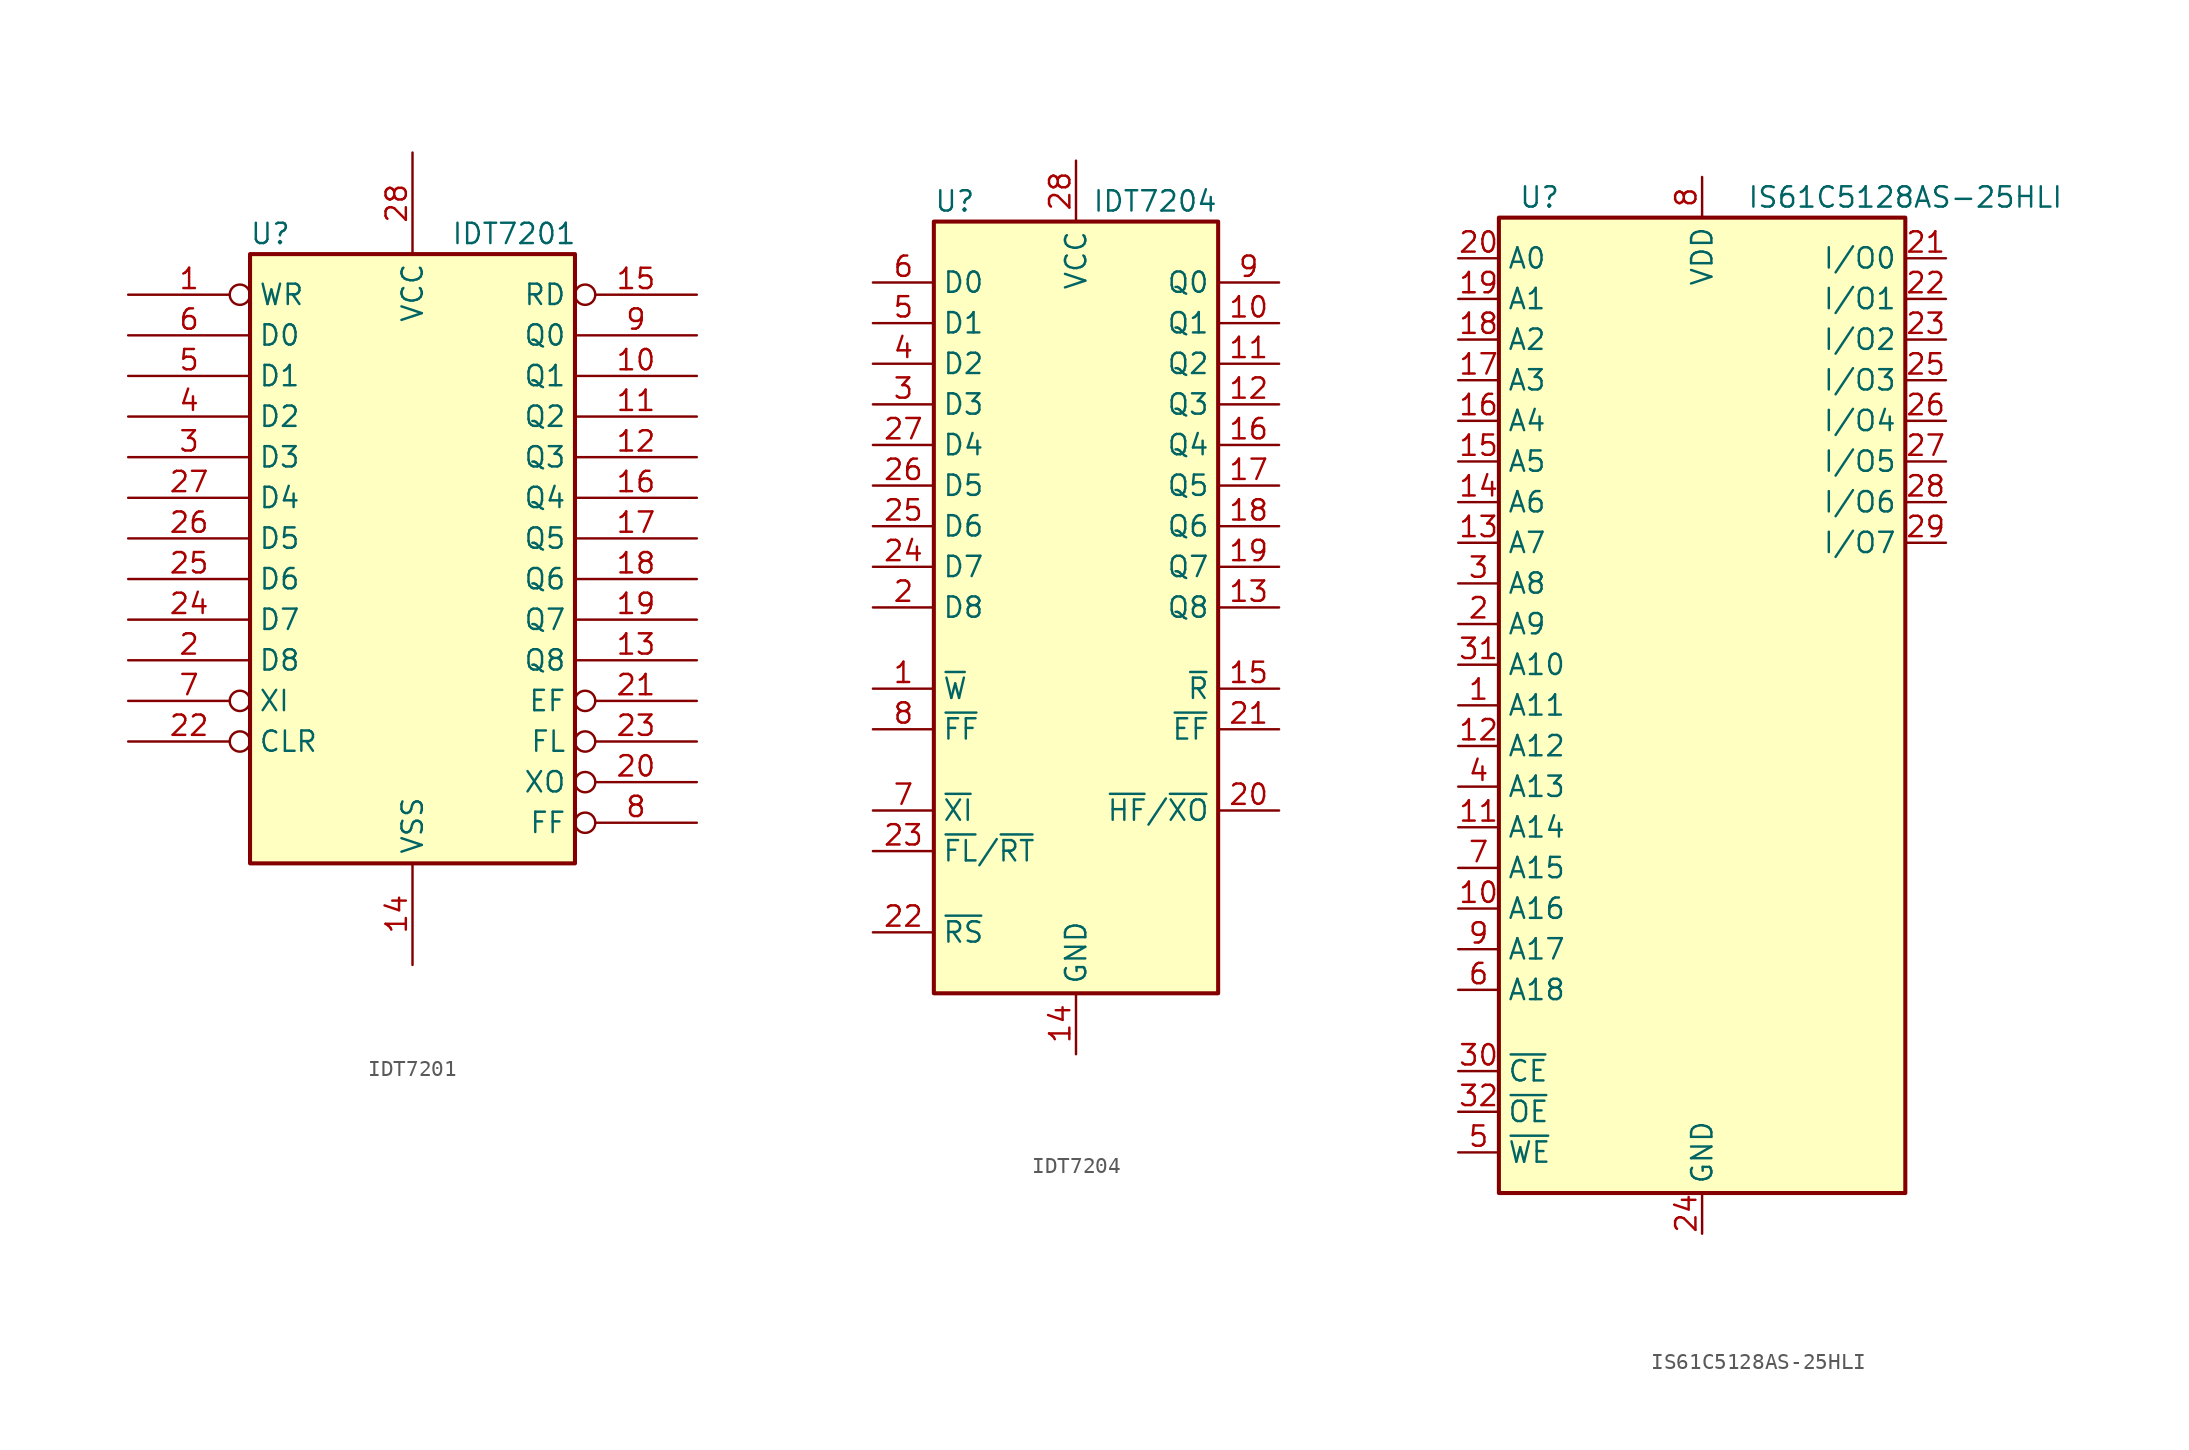
<source format=kicad_sym>
(kicad_symbol_lib
  (version 20241209)
  (generator "kicad_symbol_editor")
  (generator_version "9.0")
  (symbol "IDT7201"
    (property "Reference" "U"
      (at -8.89 20.32 0)
      (effects (font (size 1.27 1.27))))
    (property "Value" "IDT7201"
      (at 6.35 20.32 0)
      (effects (font (size 1.27 1.27))))
    (symbol "IDT7201_0_1"
      (rectangle (start -10.16 -19.05) (end 10.16 19.05) (stroke (width 0.254) (type default)) (fill (type background))))
    (symbol "IDT7201_1_1"
      (pin input inverted (at -17.78 16.51 0) (length 7.62) (name "WR" (effects (font (size 1.27 1.27)))) (number "1" (effects (font (size 1.27 1.27)))))
      (pin input line (at -17.78 13.97 0) (length 7.62) (name "D0" (effects (font (size 1.27 1.27)))) (number "6" (effects (font (size 1.27 1.27)))))
      (pin input line (at -17.78 11.43 0) (length 7.62) (name "D1" (effects (font (size 1.27 1.27)))) (number "5" (effects (font (size 1.27 1.27)))))
      (pin input line (at -17.78 8.89 0) (length 7.62) (name "D2" (effects (font (size 1.27 1.27)))) (number "4" (effects (font (size 1.27 1.27)))))
      (pin input line (at -17.78 6.35 0) (length 7.62) (name "D3" (effects (font (size 1.27 1.27)))) (number "3" (effects (font (size 1.27 1.27)))))
      (pin input line (at -17.78 3.81 0) (length 7.62) (name "D4" (effects (font (size 1.27 1.27)))) (number "27" (effects (font (size 1.27 1.27)))))
      (pin input line (at -17.78 1.27 0) (length 7.62) (name "D5" (effects (font (size 1.27 1.27)))) (number "26" (effects (font (size 1.27 1.27)))))
      (pin input line (at -17.78 -1.27 0) (length 7.62) (name "D6" (effects (font (size 1.27 1.27)))) (number "25" (effects (font (size 1.27 1.27)))))
      (pin input line (at -17.78 -3.81 0) (length 7.62) (name "D7" (effects (font (size 1.27 1.27)))) (number "24" (effects (font (size 1.27 1.27)))))
      (pin input line (at -17.78 -6.35 0) (length 7.62) (name "D8" (effects (font (size 1.27 1.27)))) (number "2" (effects (font (size 1.27 1.27)))))
      (pin input inverted (at -17.78 -8.89 0) (length 7.62) (name "XI" (effects (font (size 1.27 1.27)))) (number "7" (effects (font (size 1.27 1.27)))))
      (pin input inverted (at -17.78 -11.43 0) (length 7.62) (name "CLR" (effects (font (size 1.27 1.27)))) (number "22" (effects (font (size 1.27 1.27)))))
      (pin power_in line (at 0 25.4 270) (length 6.35) (name "VCC" (effects (font (size 1.27 1.27)))) (number "28" (effects (font (size 1.27 1.27)))))
      (pin power_in line (at 0 -25.4 90) (length 6.35) (name "VSS" (effects (font (size 1.27 1.27)))) (number "14" (effects (font (size 1.27 1.27)))))
      (pin input inverted (at 17.78 16.51 180) (length 7.62) (name "RD" (effects (font (size 1.27 1.27)))) (number "15" (effects (font (size 1.27 1.27)))))
      (pin tri_state line (at 17.78 13.97 180) (length 7.62) (name "Q0" (effects (font (size 1.27 1.27)))) (number "9" (effects (font (size 1.27 1.27)))))
      (pin tri_state line (at 17.78 11.43 180) (length 7.62) (name "Q1" (effects (font (size 1.27 1.27)))) (number "10" (effects (font (size 1.27 1.27)))))
      (pin tri_state line (at 17.78 8.89 180) (length 7.62) (name "Q2" (effects (font (size 1.27 1.27)))) (number "11" (effects (font (size 1.27 1.27)))))
      (pin tri_state line (at 17.78 6.35 180) (length 7.62) (name "Q3" (effects (font (size 1.27 1.27)))) (number "12" (effects (font (size 1.27 1.27)))))
      (pin tri_state line (at 17.78 3.81 180) (length 7.62) (name "Q4" (effects (font (size 1.27 1.27)))) (number "16" (effects (font (size 1.27 1.27)))))
      (pin tri_state line (at 17.78 1.27 180) (length 7.62) (name "Q5" (effects (font (size 1.27 1.27)))) (number "17" (effects (font (size 1.27 1.27)))))
      (pin tri_state line (at 17.78 -1.27 180) (length 7.62) (name "Q6" (effects (font (size 1.27 1.27)))) (number "18" (effects (font (size 1.27 1.27)))))
      (pin tri_state line (at 17.78 -3.81 180) (length 7.62) (name "Q7" (effects (font (size 1.27 1.27)))) (number "19" (effects (font (size 1.27 1.27)))))
      (pin tri_state line (at 17.78 -6.35 180) (length 7.62) (name "Q8" (effects (font (size 1.27 1.27)))) (number "13" (effects (font (size 1.27 1.27)))))
      (pin output inverted (at 17.78 -8.89 180) (length 7.62) (name "EF" (effects (font (size 1.27 1.27)))) (number "21" (effects (font (size 1.27 1.27)))))
      (pin input inverted (at 17.78 -11.43 180) (length 7.62) (name "FL" (effects (font (size 1.27 1.27)))) (number "23" (effects (font (size 1.27 1.27)))))
      (pin input inverted (at 17.78 -13.97 180) (length 7.62) (name "XO" (effects (font (size 1.27 1.27)))) (number "20" (effects (font (size 1.27 1.27)))))
      (pin output inverted (at 17.78 -16.51 180) (length 7.62) (name "FF" (effects (font (size 1.27 1.27)))) (number "8" (effects (font (size 1.27 1.27)))))))
  (symbol "IDT7204"
    (property "Reference" "U"
      (at -8.89 25.4 0)
      (effects (font (size 1.27 1.27)) (justify left)))
    (property "Value" "IDT7204"
      (at 8.89 25.4 0)
      (effects (font (size 1.27 1.27)) (justify right)))
    (symbol "IDT7204_0_1"
      (rectangle (start -8.89 24.13) (end 8.89 -24.13) (stroke (width 0.254) (type default)) (fill (type background)))
      (pin input line (at -12.7 20.32 0) (length 3.81) (name "D0" (effects (font (size 1.27 1.27)))) (number "6" (effects (font (size 1.27 1.27)))))
      (pin input line (at -12.7 17.78 0) (length 3.81) (name "D1" (effects (font (size 1.27 1.27)))) (number "5" (effects (font (size 1.27 1.27)))))
      (pin input line (at -12.7 15.24 0) (length 3.81) (name "D2" (effects (font (size 1.27 1.27)))) (number "4" (effects (font (size 1.27 1.27)))))
      (pin input line (at -12.7 12.7 0) (length 3.81) (name "D3" (effects (font (size 1.27 1.27)))) (number "3" (effects (font (size 1.27 1.27)))))
      (pin input line (at -12.7 10.16 0) (length 3.81) (name "D4" (effects (font (size 1.27 1.27)))) (number "27" (effects (font (size 1.27 1.27)))))
      (pin input line (at -12.7 7.62 0) (length 3.81) (name "D5" (effects (font (size 1.27 1.27)))) (number "26" (effects (font (size 1.27 1.27)))))
      (pin input line (at -12.7 5.08 0) (length 3.81) (name "D6" (effects (font (size 1.27 1.27)))) (number "25" (effects (font (size 1.27 1.27)))))
      (pin input line (at -12.7 2.54 0) (length 3.81) (name "D7" (effects (font (size 1.27 1.27)))) (number "24" (effects (font (size 1.27 1.27)))))
      (pin input line (at -12.7 0 0) (length 3.81) (name "D8" (effects (font (size 1.27 1.27)))) (number "2" (effects (font (size 1.27 1.27)))))
      (pin input line (at -12.7 -5.08 0) (length 3.81) (name "~{W}" (effects (font (size 1.27 1.27)))) (number "1" (effects (font (size 1.27 1.27)))))
      (pin output line (at -12.7 -7.62 0) (length 3.81) (name "~{FF}" (effects (font (size 1.27 1.27)))) (number "8" (effects (font (size 1.27 1.27)))))
      (pin input line (at -12.7 -12.7 0) (length 3.81) (name "~{XI}" (effects (font (size 1.27 1.27)))) (number "7" (effects (font (size 1.27 1.27)))))
      (pin input line (at -12.7 -15.24 0) (length 3.81) (name "~{FL}/~{RT}" (effects (font (size 1.27 1.27)))) (number "23" (effects (font (size 1.27 1.27)))))
      (pin input line (at -12.7 -20.32 0) (length 3.81) (name "~{RS}" (effects (font (size 1.27 1.27)))) (number "22" (effects (font (size 1.27 1.27)))))
      (pin power_in line (at 0 27.94 270) (length 3.81) (name "VCC" (effects (font (size 1.27 1.27)))) (number "28" (effects (font (size 1.27 1.27)))))
      (pin power_in line (at 0 -27.94 90) (length 3.81) (name "GND" (effects (font (size 1.27 1.27)))) (number "14" (effects (font (size 1.27 1.27)))))
      (pin output line (at 12.7 20.32 180) (length 3.81) (name "Q0" (effects (font (size 1.27 1.27)))) (number "9" (effects (font (size 1.27 1.27)))))
      (pin output line (at 12.7 17.78 180) (length 3.81) (name "Q1" (effects (font (size 1.27 1.27)))) (number "10" (effects (font (size 1.27 1.27)))))
      (pin output line (at 12.7 15.24 180) (length 3.81) (name "Q2" (effects (font (size 1.27 1.27)))) (number "11" (effects (font (size 1.27 1.27)))))
      (pin output line (at 12.7 12.7 180) (length 3.81) (name "Q3" (effects (font (size 1.27 1.27)))) (number "12" (effects (font (size 1.27 1.27)))))
      (pin output line (at 12.7 10.16 180) (length 3.81) (name "Q4" (effects (font (size 1.27 1.27)))) (number "16" (effects (font (size 1.27 1.27)))))
      (pin output line (at 12.7 7.62 180) (length 3.81) (name "Q5" (effects (font (size 1.27 1.27)))) (number "17" (effects (font (size 1.27 1.27)))))
      (pin output line (at 12.7 5.08 180) (length 3.81) (name "Q6" (effects (font (size 1.27 1.27)))) (number "18" (effects (font (size 1.27 1.27)))))
      (pin output line (at 12.7 2.54 180) (length 3.81) (name "Q7" (effects (font (size 1.27 1.27)))) (number "19" (effects (font (size 1.27 1.27)))))
      (pin output line (at 12.7 0 180) (length 3.81) (name "Q8" (effects (font (size 1.27 1.27)))) (number "13" (effects (font (size 1.27 1.27)))))
      (pin input line (at 12.7 -5.08 180) (length 3.81) (name "~{R}" (effects (font (size 1.27 1.27)))) (number "15" (effects (font (size 1.27 1.27)))))
      (pin output line (at 12.7 -7.62 180) (length 3.81) (name "~{EF}" (effects (font (size 1.27 1.27)))) (number "21" (effects (font (size 1.27 1.27)))))
      (pin output line (at 12.7 -12.7 180) (length 3.81) (name "~{HF}/~{XO}" (effects (font (size 1.27 1.27)))) (number "20" (effects (font (size 1.27 1.27)))))))
  (symbol "IS61C5128AS-25HLI"
    (property "Reference" "U"
      (at -10.16 31.75 0)
      (effects (font (size 1.27 1.27))))
    (property "Value" "IS61C5128AS-25HLI"
      (at 12.7 31.75 0)
      (effects (font (size 1.27 1.27))))
    (symbol "IS61C5128AS-25HLI_0_1"
      (rectangle (start -12.7 30.48) (end 12.7 -30.48) (stroke (width 0.254) (type default)) (fill (type background))))
    (symbol "IS61C5128AS-25HLI_1_1"
      (pin input line (at -15.24 27.94 0) (length 2.54) (name "A0" (effects (font (size 1.27 1.27)))) (number "20" (effects (font (size 1.27 1.27)))))
      (pin input line (at -15.24 25.4 0) (length 2.54) (name "A1" (effects (font (size 1.27 1.27)))) (number "19" (effects (font (size 1.27 1.27)))))
      (pin input line (at -15.24 22.86 0) (length 2.54) (name "A2" (effects (font (size 1.27 1.27)))) (number "18" (effects (font (size 1.27 1.27)))))
      (pin input line (at -15.24 20.32 0) (length 2.54) (name "A3" (effects (font (size 1.27 1.27)))) (number "17" (effects (font (size 1.27 1.27)))))
      (pin input line (at -15.24 17.78 0) (length 2.54) (name "A4" (effects (font (size 1.27 1.27)))) (number "16" (effects (font (size 1.27 1.27)))))
      (pin input line (at -15.24 15.24 0) (length 2.54) (name "A5" (effects (font (size 1.27 1.27)))) (number "15" (effects (font (size 1.27 1.27)))))
      (pin input line (at -15.24 12.7 0) (length 2.54) (name "A6" (effects (font (size 1.27 1.27)))) (number "14" (effects (font (size 1.27 1.27)))))
      (pin input line (at -15.24 10.16 0) (length 2.54) (name "A7" (effects (font (size 1.27 1.27)))) (number "13" (effects (font (size 1.27 1.27)))))
      (pin input line (at -15.24 7.62 0) (length 2.54) (name "A8" (effects (font (size 1.27 1.27)))) (number "3" (effects (font (size 1.27 1.27)))))
      (pin input line (at -15.24 5.08 0) (length 2.54) (name "A9" (effects (font (size 1.27 1.27)))) (number "2" (effects (font (size 1.27 1.27)))))
      (pin input line (at -15.24 2.54 0) (length 2.54) (name "A10" (effects (font (size 1.27 1.27)))) (number "31" (effects (font (size 1.27 1.27)))))
      (pin input line (at -15.24 0 0) (length 2.54) (name "A11" (effects (font (size 1.27 1.27)))) (number "1" (effects (font (size 1.27 1.27)))))
      (pin input line (at -15.24 -2.54 0) (length 2.54) (name "A12" (effects (font (size 1.27 1.27)))) (number "12" (effects (font (size 1.27 1.27)))))
      (pin input line (at -15.24 -5.08 0) (length 2.54) (name "A13" (effects (font (size 1.27 1.27)))) (number "4" (effects (font (size 1.27 1.27)))))
      (pin input line (at -15.24 -7.62 0) (length 2.54) (name "A14" (effects (font (size 1.27 1.27)))) (number "11" (effects (font (size 1.27 1.27)))))
      (pin input line (at -15.24 -10.16 0) (length 2.54) (name "A15" (effects (font (size 1.27 1.27)))) (number "7" (effects (font (size 1.27 1.27)))))
      (pin input line (at -15.24 -12.7 0) (length 2.54) (name "A16" (effects (font (size 1.27 1.27)))) (number "10" (effects (font (size 1.27 1.27)))))
      (pin input line (at -15.24 -15.24 0) (length 2.54) (name "A17" (effects (font (size 1.27 1.27)))) (number "9" (effects (font (size 1.27 1.27)))))
      (pin input line (at -15.24 -17.78 0) (length 2.54) (name "A18" (effects (font (size 1.27 1.27)))) (number "6" (effects (font (size 1.27 1.27)))))
      (pin input line (at -15.24 -22.86 0) (length 2.54) (name "~{CE}" (effects (font (size 1.27 1.27)))) (number "30" (effects (font (size 1.27 1.27)))))
      (pin input line (at -15.24 -25.4 0) (length 2.54) (name "~{OE}" (effects (font (size 1.27 1.27)))) (number "32" (effects (font (size 1.27 1.27)))))
      (pin input line (at -15.24 -27.94 0) (length 2.54) (name "~{WE}" (effects (font (size 1.27 1.27)))) (number "5" (effects (font (size 1.27 1.27)))))
      (pin power_in line (at 0 33.02 270) (length 2.54) (name "VDD" (effects (font (size 1.27 1.27)))) (number "8" (effects (font (size 1.27 1.27)))))
      (pin power_in line (at 0 -33.02 90) (length 2.54) (name "GND" (effects (font (size 1.27 1.27)))) (number "24" (effects (font (size 1.27 1.27)))))
      (pin bidirectional line (at 15.24 27.94 180) (length 2.54) (name "I/O0" (effects (font (size 1.27 1.27)))) (number "21" (effects (font (size 1.27 1.27)))))
      (pin bidirectional line (at 15.24 25.4 180) (length 2.54) (name "I/O1" (effects (font (size 1.27 1.27)))) (number "22" (effects (font (size 1.27 1.27)))))
      (pin bidirectional line (at 15.24 22.86 180) (length 2.54) (name "I/O2" (effects (font (size 1.27 1.27)))) (number "23" (effects (font (size 1.27 1.27)))))
      (pin bidirectional line (at 15.24 20.32 180) (length 2.54) (name "I/O3" (effects (font (size 1.27 1.27)))) (number "25" (effects (font (size 1.27 1.27)))))
      (pin bidirectional line (at 15.24 17.78 180) (length 2.54) (name "I/O4" (effects (font (size 1.27 1.27)))) (number "26" (effects (font (size 1.27 1.27)))))
      (pin bidirectional line (at 15.24 15.24 180) (length 2.54) (name "I/O5" (effects (font (size 1.27 1.27)))) (number "27" (effects (font (size 1.27 1.27)))))
      (pin bidirectional line (at 15.24 12.7 180) (length 2.54) (name "I/O6" (effects (font (size 1.27 1.27)))) (number "28" (effects (font (size 1.27 1.27)))))
      (pin bidirectional line (at 15.24 10.16 180) (length 2.54) (name "I/O7" (effects (font (size 1.27 1.27)))) (number "29" (effects (font (size 1.27 1.27))))))))
</source>
